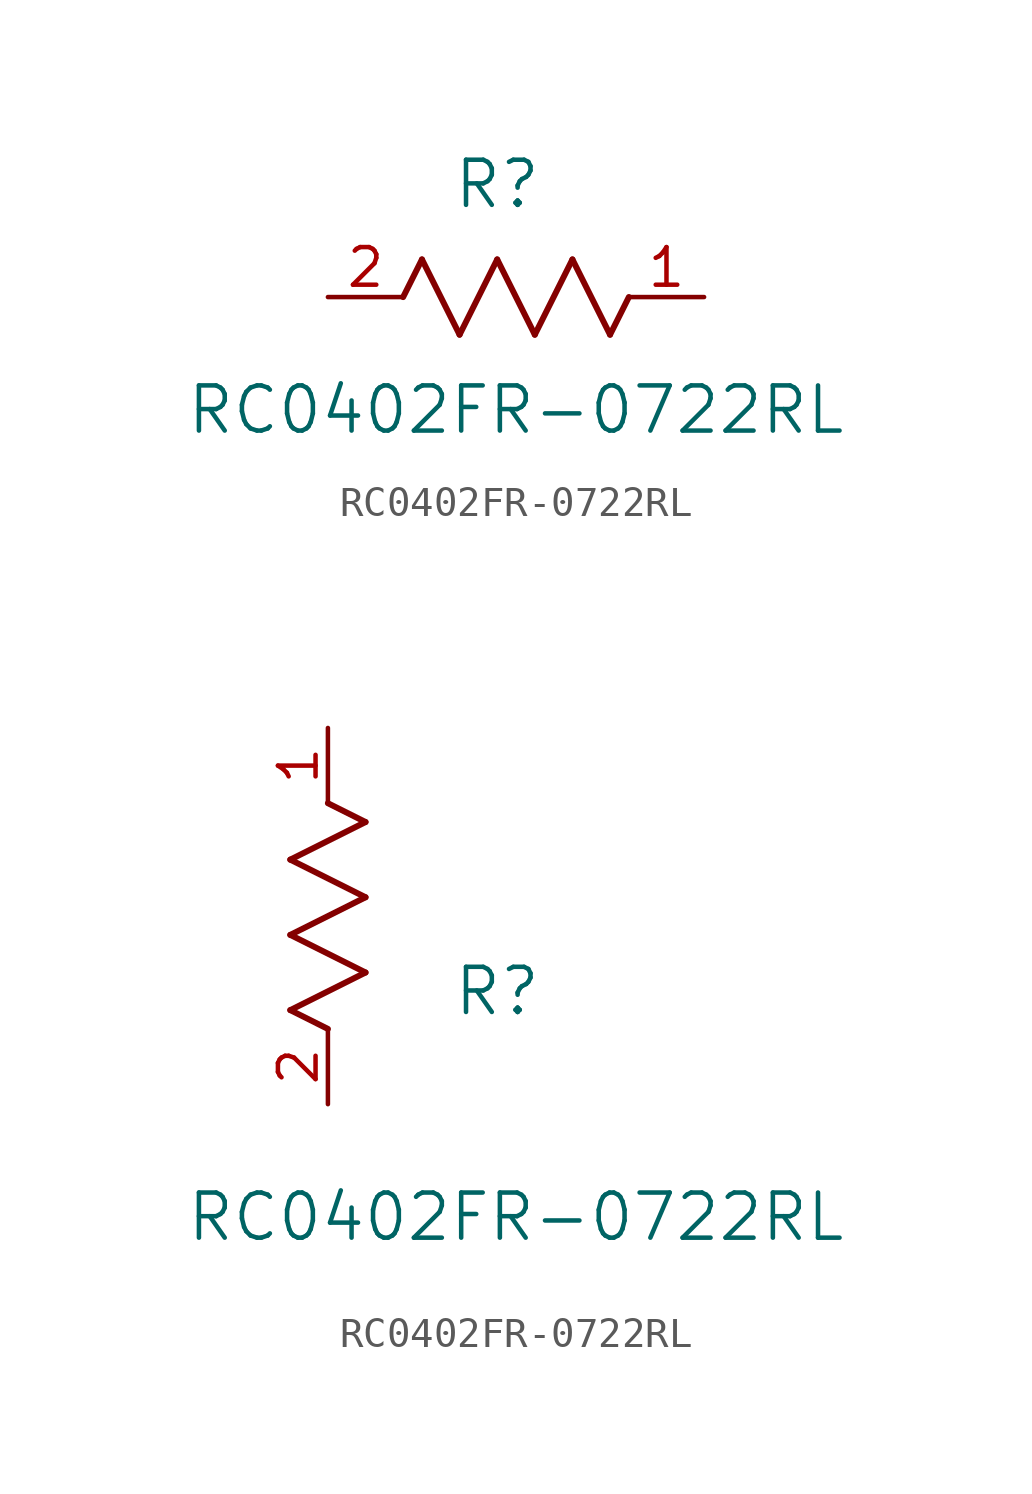
<source format=kicad_sym>
(kicad_symbol_lib
  (version 20211014)
  (generator kicad_symbol_editor)
  (symbol "RC0402FR-0722RL"
    (pin_names
      (offset 0.254))
    (property "Reference" "R"
      (at 5.715 3.81 0)
      (effects (font (size 1.524 1.524))))
    (property "Value" "RC0402FR-0722RL"
      (at 6.35 -3.81 0)
      (effects (font (size 1.524 1.524))))
    (symbol "RC0402FR-0722RL_1_1"
      (polyline (pts (xy 3.175 1.27) (xy 4.445 -1.27)) (stroke (width 0.203) (type default) (color 0 0 0 0)) (fill (type none)))
      (polyline (pts (xy 4.445 -1.27) (xy 5.715 1.27)) (stroke (width 0.203) (type default) (color 0 0 0 0)) (fill (type none)))
      (polyline (pts (xy 5.715 1.27) (xy 6.985 -1.27)) (stroke (width 0.203) (type default) (color 0 0 0 0)) (fill (type none)))
      (polyline (pts (xy 6.985 -1.27) (xy 8.255 1.27)) (stroke (width 0.203) (type default) (color 0 0 0 0)) (fill (type none)))
      (polyline (pts (xy 8.255 1.27) (xy 9.525 -1.27)) (stroke (width 0.203) (type default) (color 0 0 0 0)) (fill (type none)))
      (polyline (pts (xy 2.54 0) (xy 3.175 1.27)) (stroke (width 0.203) (type default) (color 0 0 0 0)) (fill (type none)))
      (polyline (pts (xy 9.525 -1.27) (xy 10.16 0)) (stroke (width 0.203) (type default) (color 0 0 0 0)) (fill (type none)))
      (pin unspecified line (at 12.7 0 180) (length 2.54) (name "" (effects (font (size 1.27 1.27)))) (number "1" (effects (font (size 1.27 1.27)))))
      (pin unspecified line (at 0 0 0) (length 2.54) (name "" (effects (font (size 1.27 1.27)))) (number "2" (effects (font (size 1.27 1.27))))))
    (symbol "RC0402FR-0722RL_1_2"
      (polyline (pts (xy 0 2.54) (xy -1.27 3.175)) (stroke (width 0.203) (type default) (color 0 0 0 0)) (fill (type none)))
      (polyline (pts (xy -1.27 3.175) (xy 1.27 4.445)) (stroke (width 0.203) (type default) (color 0 0 0 0)) (fill (type none)))
      (polyline (pts (xy 1.27 4.445) (xy -1.27 5.715)) (stroke (width 0.203) (type default) (color 0 0 0 0)) (fill (type none)))
      (polyline (pts (xy -1.27 5.715) (xy 1.27 6.985)) (stroke (width 0.203) (type default) (color 0 0 0 0)) (fill (type none)))
      (polyline (pts (xy -1.27 8.255) (xy 1.27 9.525)) (stroke (width 0.203) (type default) (color 0 0 0 0)) (fill (type none)))
      (polyline (pts (xy 1.27 9.525) (xy 0 10.16)) (stroke (width 0.203) (type default) (color 0 0 0 0)) (fill (type none)))
      (polyline (pts (xy 1.27 6.985) (xy -1.27 8.255)) (stroke (width 0.203) (type default) (color 0 0 0 0)) (fill (type none)))
      (pin unspecified line (at 0 12.7 270) (length 2.54) (name "" (effects (font (size 1.27 1.27)))) (number "1" (effects (font (size 1.27 1.27)))))
      (pin unspecified line (at 0 0 90) (length 2.54) (name "" (effects (font (size 1.27 1.27)))) (number "2" (effects (font (size 1.27 1.27))))))))
</source>
